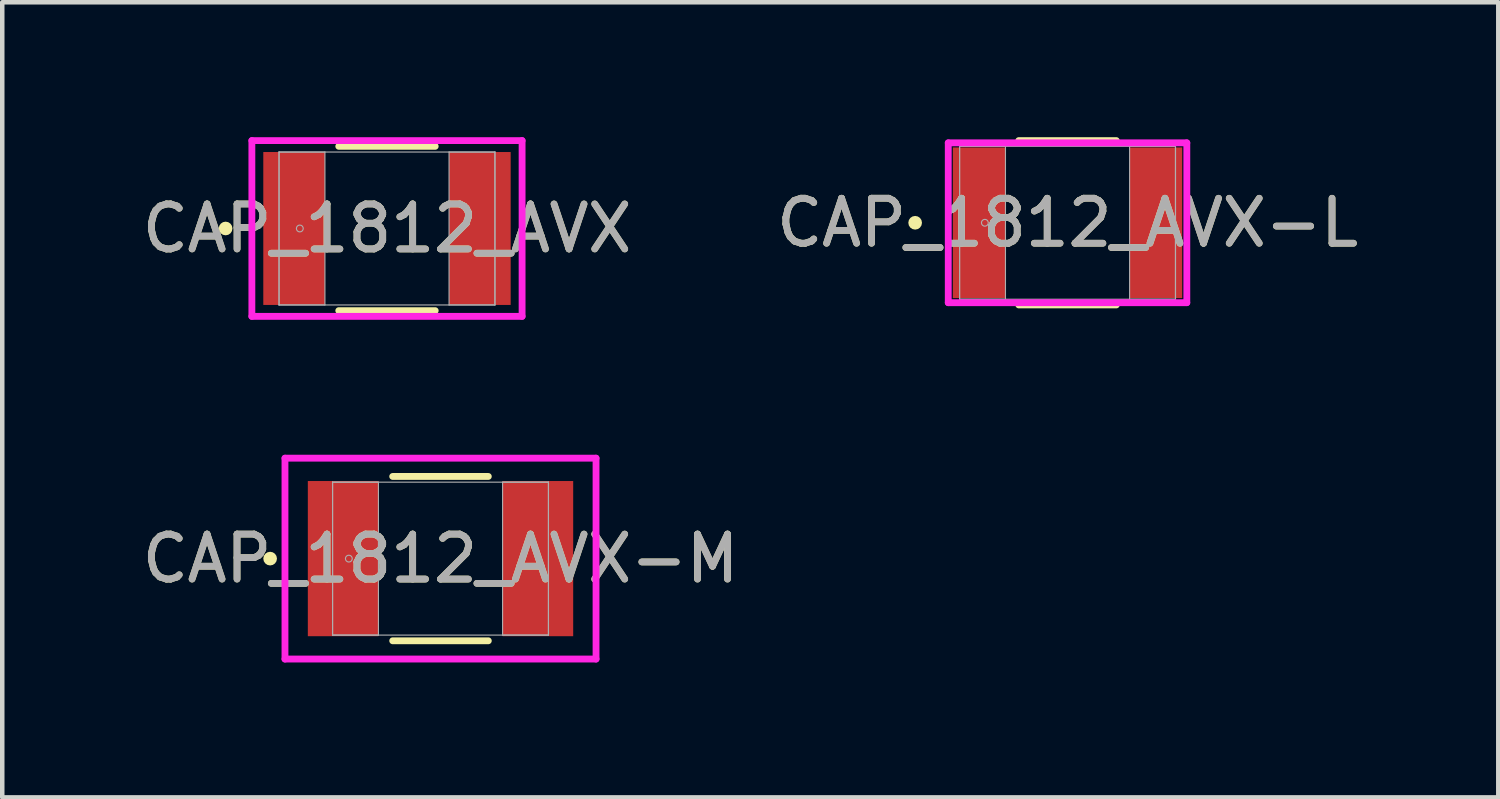
<source format=kicad_pcb>
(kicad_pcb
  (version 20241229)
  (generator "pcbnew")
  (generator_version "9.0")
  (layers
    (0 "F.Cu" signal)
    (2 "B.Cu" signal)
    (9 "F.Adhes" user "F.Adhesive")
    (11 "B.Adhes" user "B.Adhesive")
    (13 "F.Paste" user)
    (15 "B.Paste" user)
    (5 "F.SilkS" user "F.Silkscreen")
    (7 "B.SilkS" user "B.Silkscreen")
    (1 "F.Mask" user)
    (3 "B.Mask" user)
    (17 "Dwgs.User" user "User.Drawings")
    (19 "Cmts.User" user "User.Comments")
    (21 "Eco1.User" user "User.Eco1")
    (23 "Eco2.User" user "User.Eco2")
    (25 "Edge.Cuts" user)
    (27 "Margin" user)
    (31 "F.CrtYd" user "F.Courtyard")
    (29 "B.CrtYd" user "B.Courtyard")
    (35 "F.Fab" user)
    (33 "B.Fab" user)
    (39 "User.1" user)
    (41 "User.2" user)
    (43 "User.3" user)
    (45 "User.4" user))
  (footprint "CAP_1812_AVX-L"
    (layer "F.Cu")
    (at 20.685 1.903)
    (property "Reference" "CAP_1812_AVX-L" (at 0 0 0) (unlocked yes) (layer "F.SilkS") (effects (font (size 1 1) (thickness 0.15))))
    (attr smd)
    (fp_line (start -1.084 1.827) (end 1.084 1.827) (stroke (width 0.152) (type solid)) (layer "F.SilkS"))
    (fp_line (start 1.084 -1.827) (end -1.084 -1.827) (stroke (width 0.152) (type solid)) (layer "F.SilkS"))
    (fp_circle (center -3.388 0) (end -3.312 0) (stroke (width 0.152) (type solid)) (fill no) (layer "F.SilkS"))
    (fp_line (start -2.652 -1.777) (end 2.652 -1.777) (stroke (width 0.152) (type solid)) (layer "F.CrtYd"))
    (fp_line (start -2.652 1.777) (end -2.652 -1.777) (stroke (width 0.152) (type solid)) (layer "F.CrtYd"))
    (fp_line (start 2.652 -1.777) (end 2.652 1.777) (stroke (width 0.152) (type solid)) (layer "F.CrtYd"))
    (fp_line (start 2.652 1.777) (end -2.652 1.777) (stroke (width 0.152) (type solid)) (layer "F.CrtYd"))
    (fp_line (start -2.4 -1.7) (end -2.4 1.7) (stroke (width 0.025) (type solid)) (layer "F.Fab"))
    (fp_line (start -2.4 -1.7) (end -2.4 1.7) (stroke (width 0.025) (type solid)) (layer "F.Fab"))
    (fp_line (start -2.4 1.7) (end -1.38 1.7) (stroke (width 0.025) (type solid)) (layer "F.Fab"))
    (fp_line (start -2.4 1.7) (end 2.4 1.7) (stroke (width 0.025) (type solid)) (layer "F.Fab"))
    (fp_line (start -1.38 -1.7) (end -2.4 -1.7) (stroke (width 0.025) (type solid)) (layer "F.Fab"))
    (fp_line (start -1.38 1.7) (end -1.38 -1.7) (stroke (width 0.025) (type solid)) (layer "F.Fab"))
    (fp_line (start 1.38 -1.7) (end 1.38 1.7) (stroke (width 0.025) (type solid)) (layer "F.Fab"))
    (fp_line (start 1.38 1.7) (end 2.4 1.7) (stroke (width 0.025) (type solid)) (layer "F.Fab"))
    (fp_line (start 2.4 -1.7) (end -2.4 -1.7) (stroke (width 0.025) (type solid)) (layer "F.Fab"))
    (fp_line (start 2.4 -1.7) (end 1.38 -1.7) (stroke (width 0.025) (type solid)) (layer "F.Fab"))
    (fp_line (start 2.4 1.7) (end 2.4 -1.7) (stroke (width 0.025) (type solid)) (layer "F.Fab"))
    (fp_line (start 2.4 1.7) (end 2.4 -1.7) (stroke (width 0.025) (type solid)) (layer "F.Fab"))
    (fp_circle (center -1.838 0) (end -1.762 0) (stroke (width 0.025) (type solid)) (fill no) (layer "F.Fab"))
    (fp_text user "${REFERENCE}" (at 0 0 0) (unlocked yes) (layer "F.Fab") (effects (font (size 1 1) (thickness 0.15))))
    (pad "1" smd rect (at -1.965 0) (size 1.17 3.35) (layers "F.Cu" "F.Mask" "F.Paste"))
    (pad "2" smd rect (at 1.965 0) (size 1.17 3.35) (layers "F.Cu" "F.Mask" "F.Paste"))
    (zone (net_name "") (layer "F.Cu") (hatch full 0.508) (connect_pads) (min_thickness 0.254) (filled_areas_thickness no) (keepout (tracks not_allowed) (vias not_allowed) (pads allowed) (copperpour not_allowed) (footprints allowed)) (placement (enabled no)) (fill) (polygon (pts (xy 19.355 0.254) (xy 22.014 0.254) (xy 22.014 3.552) (xy 19.355 3.552)))))
  (footprint "CAP_1812_AVX-M"
    (layer "F.Cu")
    (at 6.744 9.37)
    (property "Reference" "CAP_1812_AVX-M" (at 0 0 0) (unlocked yes) (layer "F.SilkS") (effects (font (size 1 1) (thickness 0.15))))
    (attr smd)
    (fp_line (start -1.063 1.827) (end 1.063 1.827) (stroke (width 0.152) (type solid)) (layer "F.SilkS"))
    (fp_line (start 1.063 -1.827) (end -1.063 -1.827) (stroke (width 0.152) (type solid)) (layer "F.SilkS"))
    (fp_circle (center -3.788 0) (end -3.712 0) (stroke (width 0.152) (type solid)) (fill no) (layer "F.SilkS"))
    (fp_line (start -3.458 -2.233) (end 3.458 -2.233) (stroke (width 0.152) (type solid)) (layer "F.CrtYd"))
    (fp_line (start -3.458 2.233) (end -3.458 -2.233) (stroke (width 0.152) (type solid)) (layer "F.CrtYd"))
    (fp_line (start 3.458 -2.233) (end 3.458 2.233) (stroke (width 0.152) (type solid)) (layer "F.CrtYd"))
    (fp_line (start 3.458 2.233) (end -3.458 2.233) (stroke (width 0.152) (type solid)) (layer "F.CrtYd"))
    (fp_line (start -2.4 -1.7) (end -2.4 1.7) (stroke (width 0.025) (type solid)) (layer "F.Fab"))
    (fp_line (start -2.4 -1.7) (end -2.4 1.7) (stroke (width 0.025) (type solid)) (layer "F.Fab"))
    (fp_line (start -2.4 1.7) (end -1.38 1.7) (stroke (width 0.025) (type solid)) (layer "F.Fab"))
    (fp_line (start -2.4 1.7) (end 2.4 1.7) (stroke (width 0.025) (type solid)) (layer "F.Fab"))
    (fp_line (start -1.38 -1.7) (end -2.4 -1.7) (stroke (width 0.025) (type solid)) (layer "F.Fab"))
    (fp_line (start -1.38 1.7) (end -1.38 -1.7) (stroke (width 0.025) (type solid)) (layer "F.Fab"))
    (fp_line (start 1.38 -1.7) (end 1.38 1.7) (stroke (width 0.025) (type solid)) (layer "F.Fab"))
    (fp_line (start 1.38 1.7) (end 2.4 1.7) (stroke (width 0.025) (type solid)) (layer "F.Fab"))
    (fp_line (start 2.4 -1.7) (end -2.4 -1.7) (stroke (width 0.025) (type solid)) (layer "F.Fab"))
    (fp_line (start 2.4 -1.7) (end 1.38 -1.7) (stroke (width 0.025) (type solid)) (layer "F.Fab"))
    (fp_line (start 2.4 1.7) (end 2.4 -1.7) (stroke (width 0.025) (type solid)) (layer "F.Fab"))
    (fp_line (start 2.4 1.7) (end 2.4 -1.7) (stroke (width 0.025) (type solid)) (layer "F.Fab"))
    (fp_circle (center -2.038 0) (end -1.962 0) (stroke (width 0.025) (type solid)) (fill no) (layer "F.Fab"))
    (fp_text user "${REFERENCE}" (at 0 0 0) (unlocked yes) (layer "F.Fab") (effects (font (size 1 1) (thickness 0.15))))
    (pad "1" smd rect (at -2.165 0) (size 1.57 3.45) (layers "F.Cu" "F.Mask" "F.Paste"))
    (pad "2" smd rect (at 2.165 0) (size 1.57 3.45) (layers "F.Cu" "F.Mask" "F.Paste"))
    (zone (net_name "") (layer "F.Cu") (hatch full 0.508) (connect_pads) (min_thickness 0.254) (filled_areas_thickness no) (keepout (tracks not_allowed) (vias not_allowed) (pads allowed) (copperpour not_allowed) (footprints allowed)) (placement (enabled no)) (fill) (polygon (pts (xy 5.415 7.72) (xy 8.073 7.72) (xy 8.073 11.019) (xy 5.415 11.019)))))
  (footprint "CAP_1812_AVX"
    (layer "F.Cu")
    (at 5.554 2.03)
    (property "Reference" "CAP_1812_AVX" (at 0 0 0) (unlocked yes) (layer "F.SilkS") (effects (font (size 1 1) (thickness 0.15))))
    (attr smd)
    (fp_line (start -1.072 1.827) (end 1.072 1.827) (stroke (width 0.152) (type solid)) (layer "F.SilkS"))
    (fp_line (start 1.072 -1.827) (end -1.072 -1.827) (stroke (width 0.152) (type solid)) (layer "F.SilkS"))
    (fp_circle (center -3.588 0) (end -3.512 0) (stroke (width 0.152) (type solid)) (fill no) (layer "F.SilkS"))
    (fp_line (start -3.004 -1.954) (end 3.004 -1.954) (stroke (width 0.152) (type solid)) (layer "F.CrtYd"))
    (fp_line (start -3.004 1.954) (end -3.004 -1.954) (stroke (width 0.152) (type solid)) (layer "F.CrtYd"))
    (fp_line (start 3.004 -1.954) (end 3.004 1.954) (stroke (width 0.152) (type solid)) (layer "F.CrtYd"))
    (fp_line (start 3.004 1.954) (end -3.004 1.954) (stroke (width 0.152) (type solid)) (layer "F.CrtYd"))
    (fp_line (start -2.4 -1.7) (end -2.4 1.7) (stroke (width 0.025) (type solid)) (layer "F.Fab"))
    (fp_line (start -2.4 -1.7) (end -2.4 1.7) (stroke (width 0.025) (type solid)) (layer "F.Fab"))
    (fp_line (start -2.4 1.7) (end -1.38 1.7) (stroke (width 0.025) (type solid)) (layer "F.Fab"))
    (fp_line (start -2.4 1.7) (end 2.4 1.7) (stroke (width 0.025) (type solid)) (layer "F.Fab"))
    (fp_line (start -1.38 -1.7) (end -2.4 -1.7) (stroke (width 0.025) (type solid)) (layer "F.Fab"))
    (fp_line (start -1.38 1.7) (end -1.38 -1.7) (stroke (width 0.025) (type solid)) (layer "F.Fab"))
    (fp_line (start 1.38 -1.7) (end 1.38 1.7) (stroke (width 0.025) (type solid)) (layer "F.Fab"))
    (fp_line (start 1.38 1.7) (end 2.4 1.7) (stroke (width 0.025) (type solid)) (layer "F.Fab"))
    (fp_line (start 2.4 -1.7) (end -2.4 -1.7) (stroke (width 0.025) (type solid)) (layer "F.Fab"))
    (fp_line (start 2.4 -1.7) (end 1.38 -1.7) (stroke (width 0.025) (type solid)) (layer "F.Fab"))
    (fp_line (start 2.4 1.7) (end 2.4 -1.7) (stroke (width 0.025) (type solid)) (layer "F.Fab"))
    (fp_line (start 2.4 1.7) (end 2.4 -1.7) (stroke (width 0.025) (type solid)) (layer "F.Fab"))
    (fp_circle (center -1.938 0) (end -1.862 0) (stroke (width 0.025) (type solid)) (fill no) (layer "F.Fab"))
    (fp_text user "${REFERENCE}" (at 0 0 0) (unlocked yes) (layer "F.Fab") (effects (font (size 1 1) (thickness 0.15))))
    (pad "1" smd rect (at -2.065 0) (size 1.37 3.4) (layers "F.Cu" "F.Mask" "F.Paste"))
    (pad "2" smd rect (at 2.065 0) (size 1.37 3.4) (layers "F.Cu" "F.Mask" "F.Paste"))
    (zone (net_name "") (layer "F.Cu") (hatch full 0.508) (connect_pads) (min_thickness 0.254) (filled_areas_thickness no) (keepout (tracks not_allowed) (vias not_allowed) (pads allowed) (copperpour not_allowed) (footprints allowed)) (placement (enabled no)) (fill) (polygon (pts (xy 4.224 0.381) (xy 6.883 0.381) (xy 6.883 3.679) (xy 4.224 3.679)))))
  (gr_rect
    (start -3 -3)
    (end 30.262 14.679)
    (stroke (width 0.1) (type default))
    (fill no)
    (layer "Edge.Cuts")))
</source>
